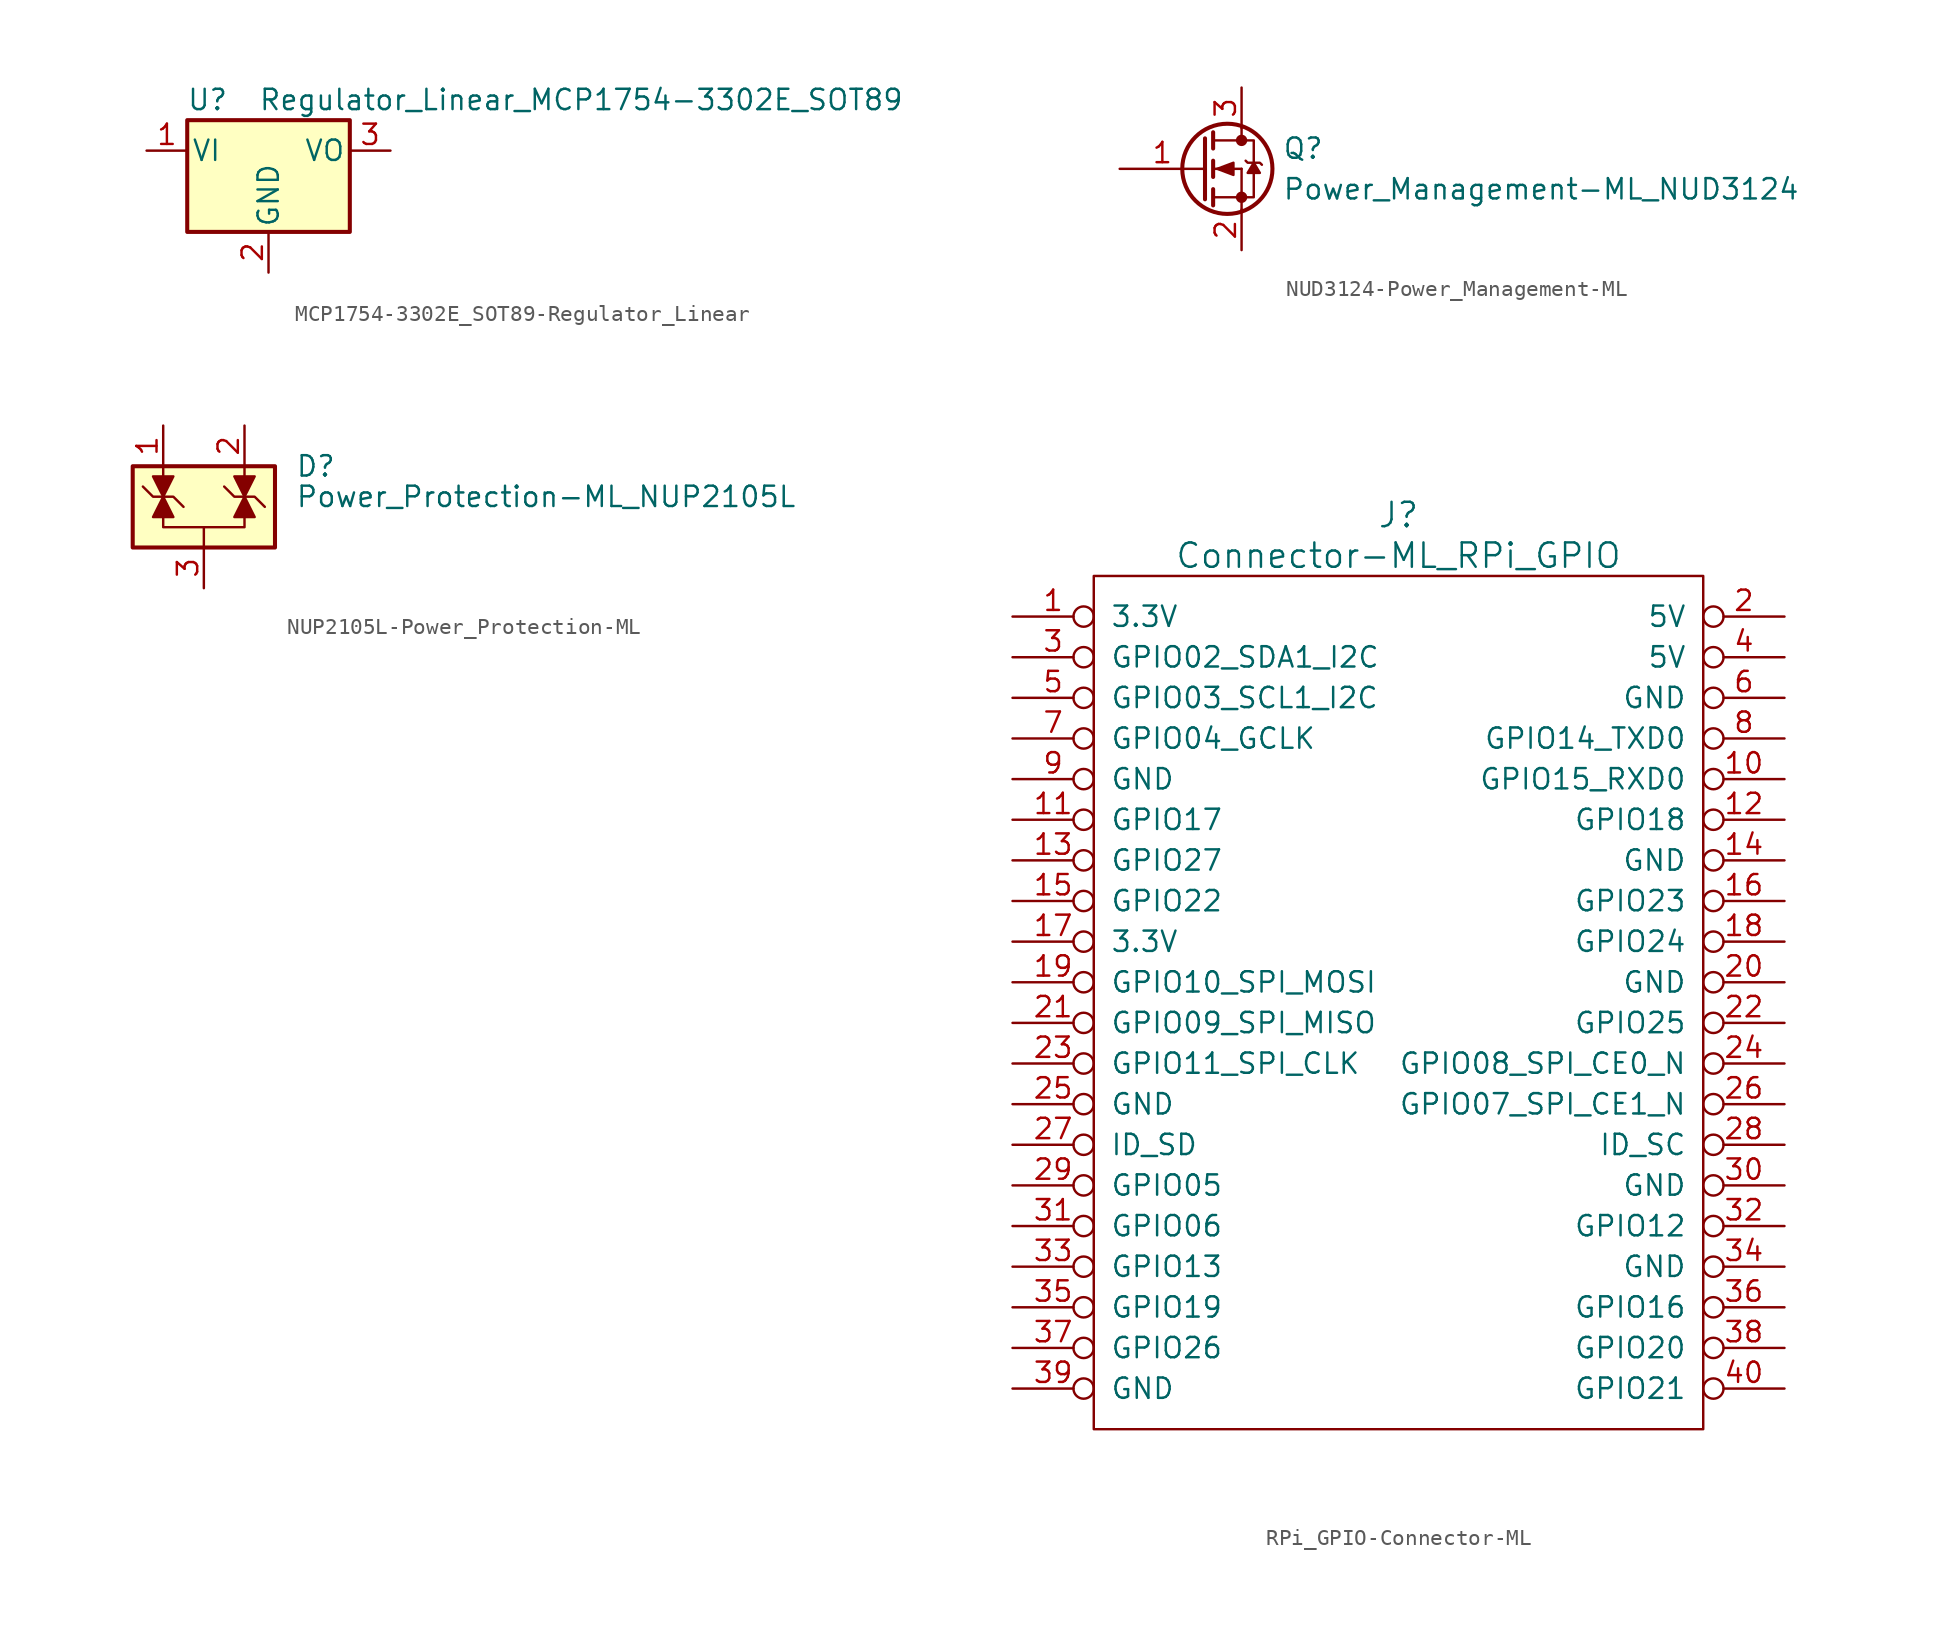
<source format=kicad_sym>
(kicad_symbol_lib
  (version 20220914)
  (generator kicad_symbol_editor)
  (symbol "MCP1754-3302E_SOT89-Regulator_Linear"
    (pin_names
      (offset 0.254))
    (property "Reference" "U"
      (at -3.81 3.175 0)
      (effects (font (size 1.27 1.27))))
    (property "Value" "Regulator_Linear_MCP1754-3302E_SOT89"
      (at -0.635 3.175 0)
      (effects (font (size 1.27 1.27)) (justify left)))
    (symbol "MCP1754-3302E_SOT89-Regulator_Linear_0_1"
      (rectangle (start -5.08 -5.08) (end 5.08 1.905) (stroke (width 0.254) (type solid)) (fill (type background))))
    (symbol "MCP1754-3302E_SOT89-Regulator_Linear_1_1"
      (pin power_in line (at -7.62 0 0) (length 2.54) (name "VI" (effects (font (size 1.27 1.27)))) (number "1" (effects (font (size 1.27 1.27)))))
      (pin power_in line (at 0 -7.62 90) (length 2.54) (name "GND" (effects (font (size 1.27 1.27)))) (number "2" (effects (font (size 1.27 1.27)))))
      (pin power_out line (at 7.62 0 180) (length 2.54) (name "VO" (effects (font (size 1.27 1.27)))) (number "3" (effects (font (size 1.27 1.27)))))))
  (symbol "NUD3124-Power_Management-ML"
    (pin_names
      (offset 0) hide)
    (property "Reference" "Q"
      (at 5.08 1.27 0)
      (effects (font (size 1.27 1.27)) (justify left)))
    (property "Value" "Power_Management-ML_NUD3124"
      (at 5.08 -1.27 0)
      (effects (font (size 1.27 1.27)) (justify left)))
    (symbol "NUD3124-Power_Management-ML_0_1"
      (polyline (pts (xy 0.762 -1.778) (xy 2.54 -1.778)) (stroke (width 0) (type solid)) (fill (type none)))
      (polyline (pts (xy 0.762 -1.27) (xy 0.762 -2.286)) (stroke (width 0.254) (type solid)) (fill (type none)))
      (polyline (pts (xy 0.762 0) (xy 2.54 0)) (stroke (width 0) (type solid)) (fill (type none)))
      (polyline (pts (xy 0.762 0.508) (xy 0.762 -0.508)) (stroke (width 0.254) (type solid)) (fill (type none)))
      (polyline (pts (xy 0.762 1.778) (xy 2.54 1.778)) (stroke (width 0) (type solid)) (fill (type none)))
      (polyline (pts (xy 0.762 2.286) (xy 0.762 1.27)) (stroke (width 0.254) (type solid)) (fill (type none)))
      (polyline (pts (xy 2.54 -1.778) (xy 2.54 -2.54)) (stroke (width 0) (type solid)) (fill (type none)))
      (polyline (pts (xy 2.54 -1.778) (xy 2.54 0)) (stroke (width 0) (type solid)) (fill (type none)))
      (polyline (pts (xy 2.54 2.54) (xy 2.54 1.778)) (stroke (width 0) (type solid)) (fill (type none)))
      (polyline (pts (xy 0.254 1.905) (xy 0.254 -1.905) (xy 0.254 -1.905)) (stroke (width 0.254) (type solid)) (fill (type none)))
      (polyline (pts (xy 1.016 0) (xy 2.032 0.381) (xy 2.032 -0.381) (xy 1.016 0)) (stroke (width 0) (type solid)) (fill (type outline)))
      (polyline (pts (xy 2.54 -1.778) (xy 3.302 -1.778) (xy 3.302 1.778) (xy 2.54 1.778)) (stroke (width 0) (type solid)) (fill (type none)))
      (polyline (pts (xy 2.794 0.508) (xy 2.921 0.381) (xy 3.683 0.381) (xy 3.81 0.254)) (stroke (width 0) (type solid)) (fill (type none)))
      (polyline (pts (xy 3.302 0.381) (xy 2.921 -0.254) (xy 3.683 -0.254) (xy 3.302 0.381)) (stroke (width 0) (type solid)) (fill (type outline)))
      (circle (center 1.651 0) (radius 2.819) (stroke (width 0.254) (type solid)) (fill (type none)))
      (circle (center 2.54 -1.778) (radius 0.279) (stroke (width 0) (type solid)) (fill (type outline)))
      (circle (center 2.54 1.778) (radius 0.279) (stroke (width 0) (type solid)) (fill (type outline))))
    (symbol "NUD3124-Power_Management-ML_1_1"
      (pin input line (at -5.08 0 0) (length 5.334) (name "G" (effects (font (size 1.27 1.27)))) (number "1" (effects (font (size 1.27 1.27)))))
      (pin passive line (at 2.54 -5.08 90) (length 2.54) (name "S" (effects (font (size 1.27 1.27)))) (number "2" (effects (font (size 1.27 1.27)))))
      (pin passive line (at 2.54 5.08 270) (length 2.54) (name "D" (effects (font (size 1.27 1.27)))) (number "3" (effects (font (size 1.27 1.27)))))))
  (symbol "NUP2105L-Power_Protection-ML"
    (pin_names
      (offset 1.016) hide)
    (property "Reference" "D"
      (at 5.715 2.54 0)
      (effects (font (size 1.27 1.27)) (justify left)))
    (property "Value" "Power_Protection-ML_NUP2105L"
      (at 5.715 0.635 0)
      (effects (font (size 1.27 1.27)) (justify left)))
    (symbol "NUP2105L-Power_Protection-ML_0_0"
      (pin input line (at 0 -5.08 90) (length 2.54) (name "A" (effects (font (size 1.27 1.27)))) (number "3" (effects (font (size 1.27 1.27))))))
    (symbol "NUP2105L-Power_Protection-ML_0_1"
      (rectangle (start -4.445 2.54) (end 4.445 -2.54) (stroke (width 0.254) (type solid)) (fill (type background)))
      (polyline (pts (xy -2.54 2.54) (xy -2.54 0.635)) (stroke (width 0) (type solid)) (fill (type none)))
      (polyline (pts (xy 0 -1.27) (xy 0 -2.54)) (stroke (width 0) (type solid)) (fill (type none)))
      (polyline (pts (xy 2.54 2.54) (xy 2.54 0.635)) (stroke (width 0) (type solid)) (fill (type none)))
      (polyline (pts (xy -3.81 1.27) (xy -3.175 0.635) (xy -1.905 0.635) (xy -1.27 0)) (stroke (width 0) (type solid)) (fill (type none)))
      (polyline (pts (xy -2.54 0) (xy -2.54 -1.27) (xy 2.54 -1.27) (xy 2.54 0)) (stroke (width 0) (type solid)) (fill (type none)))
      (polyline (pts (xy -2.54 0.635) (xy -1.905 -0.635) (xy -3.175 -0.635) (xy -2.54 0.635)) (stroke (width 0) (type solid)) (fill (type outline)))
      (polyline (pts (xy 2.54 0.635) (xy 1.905 -0.635) (xy 3.175 -0.635) (xy 2.54 0.635)) (stroke (width 0) (type solid)) (fill (type outline)))
      (polyline (pts (xy 2.54 0.635) (xy 3.175 1.905) (xy 1.905 1.905) (xy 2.54 0.635)) (stroke (width 0) (type solid)) (fill (type outline)))
      (polyline (pts (xy -2.54 0.635) (xy -3.175 1.905) (xy -1.905 1.905) (xy -2.54 0.635) (xy -2.54 1.27)) (stroke (width 0) (type solid)) (fill (type outline)))
      (polyline (pts (xy 1.27 1.27) (xy 1.905 0.635) (xy 2.54 0.635) (xy 3.175 0.635) (xy 3.81 0)) (stroke (width 0) (type solid)) (fill (type none))))
    (symbol "NUP2105L-Power_Protection-ML_1_1"
      (pin input line (at -2.54 5.08 270) (length 2.54) (name "K" (effects (font (size 1.27 1.27)))) (number "1" (effects (font (size 1.27 1.27)))))
      (pin input line (at 2.54 5.08 270) (length 2.54) (name "K" (effects (font (size 1.27 1.27)))) (number "2" (effects (font (size 1.27 1.27)))))))
  (symbol "RPi_GPIO-Connector-ML"
    (pin_names
      (offset 1.016))
    (property "Reference" "J"
      (at 19.05 6.35 0)
      (effects (font (size 1.524 1.524))))
    (property "Value" "Connector-ML_RPi_GPIO"
      (at 19.05 3.81 0)
      (effects (font (size 1.524 1.524))))
    (property "Footprint" ""
      (at 0 0 0)
      (effects (font (size 1.524 1.524))))
    (property "Datasheet" ""
      (at 0 0 0)
      (effects (font (size 1.524 1.524))))
    (symbol "RPi_GPIO-Connector-ML_0_1"
      (rectangle (start 0 2.54) (end 38.1 -50.8) (stroke (width 0) (type solid)) (fill (type none))))
    (symbol "RPi_GPIO-Connector-ML_1_1"
      (pin power_in inverted (at -5.08 0 0) (length 5.08) (name "3.3V" (effects (font (size 1.27 1.27)))) (number "1" (effects (font (size 1.27 1.27)))))
      (pin bidirectional inverted (at 43.18 -10.16 180) (length 5.08) (name "GPIO15_RXD0" (effects (font (size 1.27 1.27)))) (number "10" (effects (font (size 1.27 1.27)))))
      (pin bidirectional inverted (at -5.08 -12.7 0) (length 5.08) (name "GPIO17" (effects (font (size 1.27 1.27)))) (number "11" (effects (font (size 1.27 1.27)))))
      (pin bidirectional inverted (at 43.18 -12.7 180) (length 5.08) (name "GPIO18" (effects (font (size 1.27 1.27)))) (number "12" (effects (font (size 1.27 1.27)))))
      (pin bidirectional inverted (at -5.08 -15.24 0) (length 5.08) (name "GPIO27" (effects (font (size 1.27 1.27)))) (number "13" (effects (font (size 1.27 1.27)))))
      (pin power_in inverted (at 43.18 -15.24 180) (length 5.08) (name "GND" (effects (font (size 1.27 1.27)))) (number "14" (effects (font (size 1.27 1.27)))))
      (pin bidirectional inverted (at -5.08 -17.78 0) (length 5.08) (name "GPIO22" (effects (font (size 1.27 1.27)))) (number "15" (effects (font (size 1.27 1.27)))))
      (pin bidirectional inverted (at 43.18 -17.78 180) (length 5.08) (name "GPIO23" (effects (font (size 1.27 1.27)))) (number "16" (effects (font (size 1.27 1.27)))))
      (pin power_in inverted (at -5.08 -20.32 0) (length 5.08) (name "3.3V" (effects (font (size 1.27 1.27)))) (number "17" (effects (font (size 1.27 1.27)))))
      (pin bidirectional inverted (at 43.18 -20.32 180) (length 5.08) (name "GPIO24" (effects (font (size 1.27 1.27)))) (number "18" (effects (font (size 1.27 1.27)))))
      (pin bidirectional inverted (at -5.08 -22.86 0) (length 5.08) (name "GPIO10_SPI_MOSI" (effects (font (size 1.27 1.27)))) (number "19" (effects (font (size 1.27 1.27)))))
      (pin power_in inverted (at 43.18 0 180) (length 5.08) (name "5V" (effects (font (size 1.27 1.27)))) (number "2" (effects (font (size 1.27 1.27)))))
      (pin power_in inverted (at 43.18 -22.86 180) (length 5.08) (name "GND" (effects (font (size 1.27 1.27)))) (number "20" (effects (font (size 1.27 1.27)))))
      (pin bidirectional inverted (at -5.08 -25.4 0) (length 5.08) (name "GPIO09_SPI_MISO" (effects (font (size 1.27 1.27)))) (number "21" (effects (font (size 1.27 1.27)))))
      (pin bidirectional inverted (at 43.18 -25.4 180) (length 5.08) (name "GPIO25" (effects (font (size 1.27 1.27)))) (number "22" (effects (font (size 1.27 1.27)))))
      (pin bidirectional inverted (at -5.08 -27.94 0) (length 5.08) (name "GPIO11_SPI_CLK" (effects (font (size 1.27 1.27)))) (number "23" (effects (font (size 1.27 1.27)))))
      (pin bidirectional inverted (at 43.18 -27.94 180) (length 5.08) (name "GPIO08_SPI_CE0_N" (effects (font (size 1.27 1.27)))) (number "24" (effects (font (size 1.27 1.27)))))
      (pin power_in inverted (at -5.08 -30.48 0) (length 5.08) (name "GND" (effects (font (size 1.27 1.27)))) (number "25" (effects (font (size 1.27 1.27)))))
      (pin bidirectional inverted (at 43.18 -30.48 180) (length 5.08) (name "GPIO07_SPI_CE1_N" (effects (font (size 1.27 1.27)))) (number "26" (effects (font (size 1.27 1.27)))))
      (pin bidirectional inverted (at -5.08 -33.02 0) (length 5.08) (name "ID_SD" (effects (font (size 1.27 1.27)))) (number "27" (effects (font (size 1.27 1.27)))))
      (pin bidirectional inverted (at 43.18 -33.02 180) (length 5.08) (name "ID_SC" (effects (font (size 1.27 1.27)))) (number "28" (effects (font (size 1.27 1.27)))))
      (pin bidirectional inverted (at -5.08 -35.56 0) (length 5.08) (name "GPIO05" (effects (font (size 1.27 1.27)))) (number "29" (effects (font (size 1.27 1.27)))))
      (pin bidirectional inverted (at -5.08 -2.54 0) (length 5.08) (name "GPIO02_SDA1_I2C" (effects (font (size 1.27 1.27)))) (number "3" (effects (font (size 1.27 1.27)))))
      (pin power_in inverted (at 43.18 -35.56 180) (length 5.08) (name "GND" (effects (font (size 1.27 1.27)))) (number "30" (effects (font (size 1.27 1.27)))))
      (pin bidirectional inverted (at -5.08 -38.1 0) (length 5.08) (name "GPIO06" (effects (font (size 1.27 1.27)))) (number "31" (effects (font (size 1.27 1.27)))))
      (pin bidirectional inverted (at 43.18 -38.1 180) (length 5.08) (name "GPIO12" (effects (font (size 1.27 1.27)))) (number "32" (effects (font (size 1.27 1.27)))))
      (pin bidirectional inverted (at -5.08 -40.64 0) (length 5.08) (name "GPIO13" (effects (font (size 1.27 1.27)))) (number "33" (effects (font (size 1.27 1.27)))))
      (pin power_in inverted (at 43.18 -40.64 180) (length 5.08) (name "GND" (effects (font (size 1.27 1.27)))) (number "34" (effects (font (size 1.27 1.27)))))
      (pin bidirectional inverted (at -5.08 -43.18 0) (length 5.08) (name "GPIO19" (effects (font (size 1.27 1.27)))) (number "35" (effects (font (size 1.27 1.27)))))
      (pin bidirectional inverted (at 43.18 -43.18 180) (length 5.08) (name "GPIO16" (effects (font (size 1.27 1.27)))) (number "36" (effects (font (size 1.27 1.27)))))
      (pin bidirectional inverted (at -5.08 -45.72 0) (length 5.08) (name "GPIO26" (effects (font (size 1.27 1.27)))) (number "37" (effects (font (size 1.27 1.27)))))
      (pin bidirectional inverted (at 43.18 -45.72 180) (length 5.08) (name "GPIO20" (effects (font (size 1.27 1.27)))) (number "38" (effects (font (size 1.27 1.27)))))
      (pin power_in inverted (at -5.08 -48.26 0) (length 5.08) (name "GND" (effects (font (size 1.27 1.27)))) (number "39" (effects (font (size 1.27 1.27)))))
      (pin power_in inverted (at 43.18 -2.54 180) (length 5.08) (name "5V" (effects (font (size 1.27 1.27)))) (number "4" (effects (font (size 1.27 1.27)))))
      (pin bidirectional inverted (at 43.18 -48.26 180) (length 5.08) (name "GPIO21" (effects (font (size 1.27 1.27)))) (number "40" (effects (font (size 1.27 1.27)))))
      (pin bidirectional inverted (at -5.08 -5.08 0) (length 5.08) (name "GPIO03_SCL1_I2C" (effects (font (size 1.27 1.27)))) (number "5" (effects (font (size 1.27 1.27)))))
      (pin power_in inverted (at 43.18 -5.08 180) (length 5.08) (name "GND" (effects (font (size 1.27 1.27)))) (number "6" (effects (font (size 1.27 1.27)))))
      (pin bidirectional inverted (at -5.08 -7.62 0) (length 5.08) (name "GPIO04_GCLK" (effects (font (size 1.27 1.27)))) (number "7" (effects (font (size 1.27 1.27)))))
      (pin bidirectional inverted (at 43.18 -7.62 180) (length 5.08) (name "GPIO14_TXD0" (effects (font (size 1.27 1.27)))) (number "8" (effects (font (size 1.27 1.27)))))
      (pin power_in inverted (at -5.08 -10.16 0) (length 5.08) (name "GND" (effects (font (size 1.27 1.27)))) (number "9" (effects (font (size 1.27 1.27))))))))
</source>
